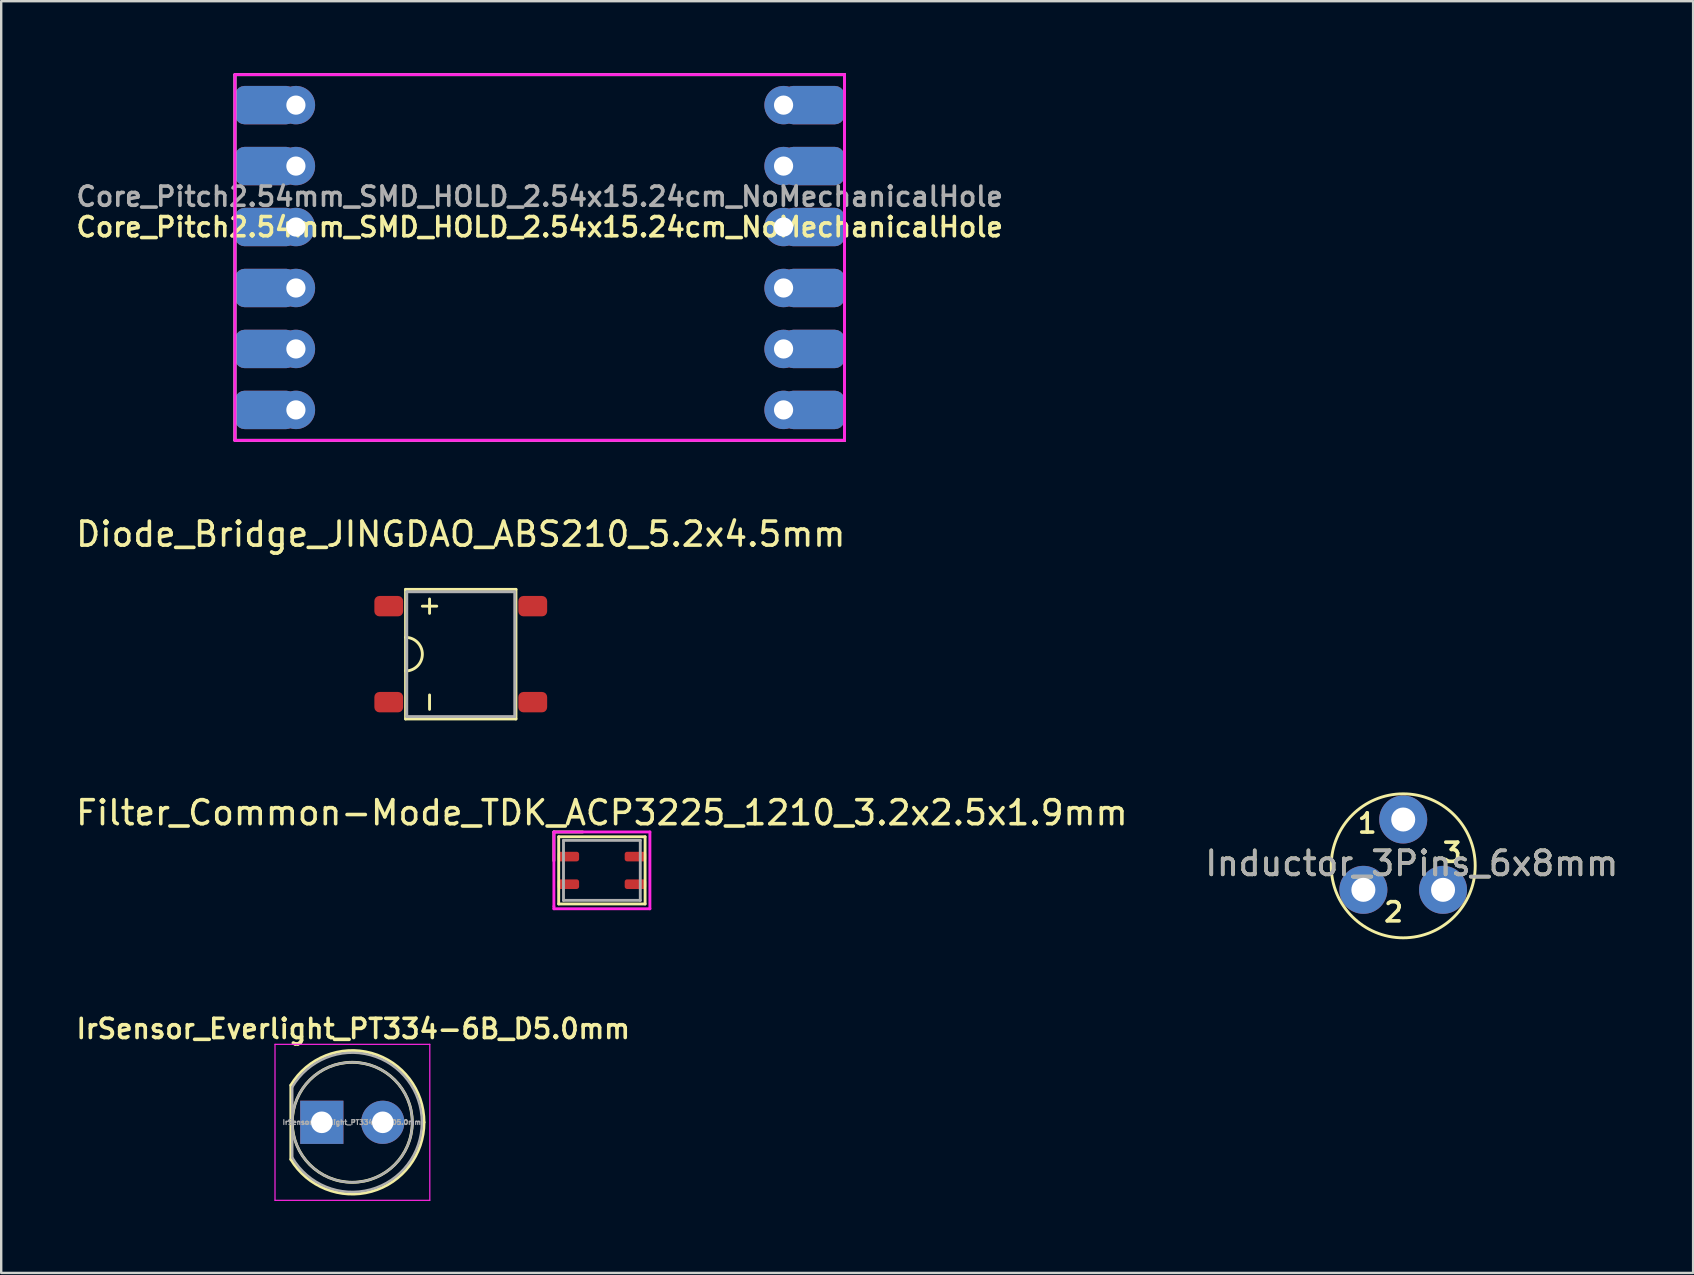
<source format=kicad_pcb>
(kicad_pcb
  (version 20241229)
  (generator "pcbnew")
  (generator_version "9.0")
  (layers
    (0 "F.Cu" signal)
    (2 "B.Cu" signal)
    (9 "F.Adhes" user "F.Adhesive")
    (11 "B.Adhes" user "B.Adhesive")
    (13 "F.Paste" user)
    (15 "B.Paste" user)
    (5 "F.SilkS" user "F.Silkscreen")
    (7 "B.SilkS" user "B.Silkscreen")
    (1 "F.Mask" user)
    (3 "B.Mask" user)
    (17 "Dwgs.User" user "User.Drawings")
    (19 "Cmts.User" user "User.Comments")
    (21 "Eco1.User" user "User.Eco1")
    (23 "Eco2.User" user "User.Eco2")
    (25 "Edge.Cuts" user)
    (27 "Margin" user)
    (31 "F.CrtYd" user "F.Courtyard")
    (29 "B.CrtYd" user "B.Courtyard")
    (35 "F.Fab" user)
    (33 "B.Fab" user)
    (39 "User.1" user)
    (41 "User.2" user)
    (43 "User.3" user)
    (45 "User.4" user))
  (footprint "Core_Pitch2.54mm_SMD_HOLD_2.54x15.24cm_NoMechanicalHole"
    (layer "F.Cu")
    (at 19.44 7.68)
    (property "Reference" "Core_Pitch2.54mm_SMD_HOLD_2.54x15.24cm_NoMechanicalHole" (at 0 -1.27 0) (layer "F.SilkS") (effects (font (size 0.8 0.8) (thickness 0.15))))
    (attr smd)
    (fp_line (start -12.7 -7.62) (end 12.7 -7.62) (stroke (width 0.12) (type solid)) (layer "F.SilkS"))
    (fp_line (start -12.7 7.62) (end -12.7 -7.62) (stroke (width 0.12) (type solid)) (layer "F.SilkS"))
    (fp_line (start 12.7 -7.62) (end 12.7 7.62) (stroke (width 0.12) (type solid)) (layer "F.SilkS"))
    (fp_line (start 12.7 7.62) (end -12.7 7.62) (stroke (width 0.12) (type solid)) (layer "F.SilkS"))
    (fp_line (start -12.7 -7.62) (end 12.7 -7.62) (stroke (width 0.12) (type solid)) (layer "F.CrtYd"))
    (fp_line (start -12.7 7.62) (end -12.7 -7.62) (stroke (width 0.12) (type solid)) (layer "F.CrtYd"))
    (fp_line (start 12.7 -7.62) (end 12.7 7.62) (stroke (width 0.12) (type solid)) (layer "F.CrtYd"))
    (fp_line (start 12.7 7.62) (end -12.7 7.62) (stroke (width 0.12) (type solid)) (layer "F.CrtYd"))
    (fp_line (start -12.7 -7.62) (end 12.7 -7.62) (stroke (width 0.12) (type solid)) (layer "F.Fab"))
    (fp_line (start -12.7 7.62) (end -12.7 -7.62) (stroke (width 0.12) (type solid)) (layer "F.Fab"))
    (fp_line (start 12.7 -7.62) (end 12.7 7.62) (stroke (width 0.12) (type solid)) (layer "F.Fab"))
    (fp_line (start 12.7 7.62) (end -12.7 7.62) (stroke (width 0.12) (type solid)) (layer "F.Fab"))
    (fp_text user "${REFERENCE}" (at 0 -2.54 0) (layer "F.Fab") (effects (font (size 0.8 0.8) (thickness 0.15))))
    (pad "1" smd roundrect (at -11.43 -6.35) (size 2.54 1.6) (layers "F.Cu" "F.Mask") (roundrect_rratio 0.25))
    (pad "1" smd roundrect (at -11.43 -6.35) (size 2.54 1.6) (layers "B.Cu" "B.Mask") (roundrect_rratio 0.25))
    (pad "1" thru_hole circle (at -10.16 -6.35) (size 1.6 1.6) (drill 0.8) (layers "*.Cu" "*.Mask"))
    (pad "2" smd roundrect (at -11.43 -3.81) (size 2.54 1.6) (layers "F.Cu" "F.Mask") (roundrect_rratio 0.25))
    (pad "2" smd roundrect (at -11.43 -3.81) (size 2.54 1.6) (layers "B.Cu" "B.Mask") (roundrect_rratio 0.25))
    (pad "2" thru_hole circle (at -10.16 -3.81) (size 1.6 1.6) (drill 0.8) (layers "*.Cu" "*.Mask"))
    (pad "3" smd roundrect (at -11.43 -1.27) (size 2.54 1.6) (layers "F.Cu" "F.Mask") (roundrect_rratio 0.25))
    (pad "3" smd roundrect (at -11.43 -1.27) (size 2.54 1.6) (layers "B.Cu" "B.Mask") (roundrect_rratio 0.25))
    (pad "3" thru_hole circle (at -10.16 -1.27) (size 1.6 1.6) (drill 0.8) (layers "*.Cu" "*.Mask"))
    (pad "4" smd roundrect (at -11.43 1.27) (size 2.54 1.6) (layers "F.Cu" "F.Mask") (roundrect_rratio 0.25))
    (pad "4" smd roundrect (at -11.43 1.27) (size 2.54 1.6) (layers "B.Cu" "B.Mask") (roundrect_rratio 0.25))
    (pad "4" thru_hole circle (at -10.16 1.27) (size 1.6 1.6) (drill 0.8) (layers "*.Cu" "*.Mask"))
    (pad "5" smd roundrect (at -11.43 3.81) (size 2.54 1.6) (layers "F.Cu" "F.Mask") (roundrect_rratio 0.25))
    (pad "5" smd roundrect (at -11.43 3.81) (size 2.54 1.6) (layers "B.Cu" "B.Mask") (roundrect_rratio 0.25))
    (pad "5" thru_hole circle (at -10.16 3.81) (size 1.6 1.6) (drill 0.8) (layers "*.Cu" "*.Mask"))
    (pad "6" smd roundrect (at -11.43 6.35) (size 2.54 1.6) (layers "F.Cu" "F.Mask") (roundrect_rratio 0.25))
    (pad "6" smd roundrect (at -11.43 6.35) (size 2.54 1.6) (layers "B.Cu" "B.Mask") (roundrect_rratio 0.25))
    (pad "6" thru_hole circle (at -10.16 6.35) (size 1.6 1.6) (drill 0.8) (layers "*.Cu" "*.Mask"))
    (pad "7" thru_hole circle (at 10.16 6.35) (size 1.6 1.6) (drill 0.8) (layers "*.Cu" "*.Mask"))
    (pad "7" smd roundrect (at 11.43 6.35) (size 2.54 1.6) (layers "F.Cu" "F.Mask") (roundrect_rratio 0.25))
    (pad "7" smd roundrect (at 11.43 6.35) (size 2.54 1.6) (layers "B.Cu" "B.Mask") (roundrect_rratio 0.25))
    (pad "8" thru_hole circle (at 10.16 3.81) (size 1.6 1.6) (drill 0.8) (layers "*.Cu" "*.Mask"))
    (pad "8" smd roundrect (at 11.43 3.81) (size 2.54 1.6) (layers "F.Cu" "F.Mask") (roundrect_rratio 0.25))
    (pad "8" smd roundrect (at 11.43 3.81) (size 2.54 1.6) (layers "B.Cu" "B.Mask") (roundrect_rratio 0.25))
    (pad "9" thru_hole circle (at 10.16 1.27) (size 1.6 1.6) (drill 0.8) (layers "*.Cu" "*.Mask"))
    (pad "9" smd roundrect (at 11.43 1.27) (size 2.54 1.6) (layers "F.Cu" "F.Mask") (roundrect_rratio 0.25))
    (pad "9" smd roundrect (at 11.43 1.27) (size 2.54 1.6) (layers "B.Cu" "B.Mask") (roundrect_rratio 0.25))
    (pad "10" thru_hole circle (at 10.16 -1.27) (size 1.6 1.6) (drill 0.8) (layers "*.Cu" "*.Mask"))
    (pad "10" smd roundrect (at 11.43 -1.27) (size 2.54 1.6) (layers "F.Cu" "F.Mask") (roundrect_rratio 0.25))
    (pad "10" smd roundrect (at 11.43 -1.27) (size 2.54 1.6) (layers "B.Cu" "B.Mask") (roundrect_rratio 0.25))
    (pad "11" thru_hole circle (at 10.16 -3.81) (size 1.6 1.6) (drill 0.8) (layers "*.Cu" "*.Mask"))
    (pad "11" smd roundrect (at 11.43 -3.81) (size 2.54 1.6) (layers "F.Cu" "F.Mask") (roundrect_rratio 0.25))
    (pad "11" smd roundrect (at 11.43 -3.81) (size 2.54 1.6) (layers "B.Cu" "B.Mask") (roundrect_rratio 0.25))
    (pad "12" thru_hole circle (at 10.16 -6.35) (size 1.6 1.6) (drill 0.8) (layers "*.Cu" "*.Mask"))
    (pad "12" smd roundrect (at 11.43 -6.35) (size 2.54 1.6) (layers "F.Cu" "F.Mask") (roundrect_rratio 0.25))
    (pad "12" smd roundrect (at 11.43 -6.35) (size 2.54 1.6) (layers "B.Cu" "B.Mask") (roundrect_rratio 0.25)))
  (footprint "IrSensor_Everlight_PT334-6B_D5.0mm"
    (layer "F.Cu")
    (at 11.659 43.715)
    (property "Reference" "IrSensor_Everlight_PT334-6B_D5.0mm" (at 0.01 -3.896 0) (layer "F.SilkS") (effects (font (size 0.8 0.8) (thickness 0.15))))
    (attr through_hole)
    (fp_line (start -2.59 -1.545) (end -2.59 1.545) (stroke (width 0.12) (type solid)) (layer "F.SilkS"))
    (fp_arc (start -2.59 -1.54483) (mid 0.772002 -2.880433) (end 2.96 0.000462) (stroke (width 0.12) (type solid)) (layer "F.SilkS"))
    (fp_arc (start 2.96 -0.000462) (mid 0.772002 2.880433) (end -2.59 1.54483) (stroke (width 0.12) (type solid)) (layer "F.SilkS"))
    (fp_circle (center -0.03 0) (end 2.47 0) (stroke (width 0.12) (type solid)) (fill no) (layer "F.SilkS"))
    (fp_line (start -3.25 -3.25) (end -3.25 3.25) (stroke (width 0.05) (type solid)) (layer "F.CrtYd"))
    (fp_line (start -3.25 3.25) (end 3.2 3.25) (stroke (width 0.05) (type solid)) (layer "F.CrtYd"))
    (fp_line (start 3.2 -3.25) (end -3.25 -3.25) (stroke (width 0.05) (type solid)) (layer "F.CrtYd"))
    (fp_line (start 3.2 3.25) (end 3.2 -3.25) (stroke (width 0.05) (type solid)) (layer "F.CrtYd"))
    (fp_line (start -2.53 -1.47) (end -2.53 1.47) (stroke (width 0.1) (type solid)) (layer "F.Fab"))
    (fp_arc (start -2.53 -1.469694) (mid 2.87 0.000016) (end -2.530016 1.469666) (stroke (width 0.1) (type solid)) (layer "F.Fab"))
    (fp_circle (center -0.03 0) (end 2.47 0) (stroke (width 0.1) (type solid)) (fill no) (layer "F.Fab"))
    (fp_text user "${REFERENCE}" (at -0.05 0 0) (layer "F.Fab") (effects (font (size 0.2 0.2) (thickness 0.05))))
    (pad "1" thru_hole circle (at 1.24 0) (size 1.8 1.8) (drill 0.9) (layers "*.Cu" "*.Mask"))
    (pad "2" thru_hole rect (at -1.3 0) (size 1.8 1.8) (drill 0.9) (layers "*.Cu" "*.Mask")))
  (footprint "Inductor_3Pins_6x8mm"
    (layer "F.Cu")
    (at 55.42 33.028)
    (property "Reference" "Inductor_3Pins_6x8mm" (at 0.36 -0.1 0) (layer "F.SilkS") (effects (font (size 1 1) (thickness 0.15))))
    (attr through_hole)
    (fp_circle (center 0 0) (end 3 0) (stroke (width 0.12) (type solid)) (fill no) (layer "F.SilkS"))
    (fp_text user "2" (at -0.4 1.93 0) (layer "F.SilkS") (effects (font (size 0.8 0.8) (thickness 0.15))))
    (fp_text user "3" (at 2.04 -0.55 0) (layer "F.SilkS") (effects (font (size 0.8 0.8) (thickness 0.15))))
    (fp_text user "1" (at -1.5 -1.77 0) (layer "F.SilkS") (effects (font (size 0.8 0.8) (thickness 0.15))))
    (fp_text user "${REFERENCE}" (at 0.36 -0.1 0) (layer "F.Fab") (effects (font (size 1 1) (thickness 0.15))))
    (pad "1" thru_hole circle (at 0 -1.93) (size 2 2) (drill 1) (layers "*.Cu" "*.Mask"))
    (pad "2" thru_hole circle (at -1.66 1) (size 2 2) (drill 1) (layers "*.Cu" "*.Mask"))
    (pad "3" thru_hole circle (at 1.66 1) (size 2 2) (drill 1) (layers "*.Cu" "*.Mask")))
  (footprint "Diode_Bridge_JINGDAO_ABS210_5.2x4.5mm"
    (layer "F.Cu")
    (at 16.149 24.208)
    (property "Reference" "Diode_Bridge_JINGDAO_ABS210_5.2x4.5mm" (at 0 -5 0) (layer "F.SilkS") (effects (font (size 1 1) (thickness 0.15))))
    (attr smd)
    (fp_line (start -2.3 -2.7) (end 2.3 -2.7) (stroke (width 0.12) (type solid)) (layer "F.SilkS"))
    (fp_line (start -2.3 2.7) (end -2.3 -2.7) (stroke (width 0.12) (type solid)) (layer "F.SilkS"))
    (fp_line (start -1.6 -2) (end -1 -2) (stroke (width 0.12) (type solid)) (layer "F.SilkS"))
    (fp_line (start -1.3 -2.3) (end -1.3 -1.7) (stroke (width 0.12) (type solid)) (layer "F.SilkS"))
    (fp_line (start -1.3 2.3) (end -1.3 1.7) (stroke (width 0.12) (type solid)) (layer "F.SilkS"))
    (fp_line (start 2.3 -2.7) (end 2.3 2.7) (stroke (width 0.12) (type solid)) (layer "F.SilkS"))
    (fp_line (start 2.3 2.7) (end -2.3 2.7) (stroke (width 0.12) (type solid)) (layer "F.SilkS"))
    (fp_arc (start -2.3 -0.7) (mid -1.6 0) (end -2.3 0.7) (stroke (width 0.12) (type solid)) (layer "F.SilkS"))
    (fp_line (start -2.25 -2.6) (end 2.25 -2.6) (stroke (width 0.12) (type solid)) (layer "F.Fab"))
    (fp_line (start -2.25 2.6) (end -2.25 -2.6) (stroke (width 0.12) (type solid)) (layer "F.Fab"))
    (fp_line (start 2.25 -2.6) (end 2.25 2.6) (stroke (width 0.12) (type solid)) (layer "F.Fab"))
    (fp_line (start 2.25 2.6) (end -2.25 2.6) (stroke (width 0.12) (type solid)) (layer "F.Fab"))
    (pad "1" smd roundrect (at 3 2) (size 1.2 0.85) (layers "F.Cu" "F.Mask" "F.Paste") (roundrect_rratio 0.25))
    (pad "2" smd roundrect (at 3 -2) (size 1.2 0.85) (layers "F.Cu" "F.Mask" "F.Paste") (roundrect_rratio 0.25))
    (pad "3" smd roundrect (at -3 -2) (size 1.2 0.85) (layers "F.Cu" "F.Mask" "F.Paste") (roundrect_rratio 0.25))
    (pad "4" smd roundrect (at -3 2 90) (size 0.85 1.2) (layers "F.Cu" "F.Mask" "F.Paste") (roundrect_rratio 0.25)))
  (footprint "Filter_Common-Mode_TDK_ACP3225_1210_3.2x2.5x1.9mm"
    (layer "F.Cu")
    (at 22.03 33.217)
    (property "Reference" "Filter_Common-Mode_TDK_ACP3225_1210_3.2x2.5x1.9mm" (at 0 -2.4 0) (layer "F.SilkS") (effects (font (size 1 1) (thickness 0.15))))
    (attr smd)
    (fp_line (start -2 -1.6) (end -0.8 -1.6) (stroke (width 0.12) (type solid)) (layer "F.SilkS"))
    (fp_line (start -2 -0.4) (end -2 -1.6) (stroke (width 0.12) (type solid)) (layer "F.SilkS"))
    (fp_line (start -1.8 -1.4) (end 1.8 -1.4) (stroke (width 0.12) (type solid)) (layer "F.SilkS"))
    (fp_line (start -1.8 1.4) (end -1.8 -1.4) (stroke (width 0.12) (type solid)) (layer "F.SilkS"))
    (fp_line (start 1.8 -1.4) (end 1.8 1.4) (stroke (width 0.12) (type solid)) (layer "F.SilkS"))
    (fp_line (start 1.8 1.4) (end -1.8 1.4) (stroke (width 0.12) (type solid)) (layer "F.SilkS"))
    (fp_line (start -2 -1.6) (end 2 -1.6) (stroke (width 0.12) (type solid)) (layer "F.CrtYd"))
    (fp_line (start -2 1.5) (end -2 -1.6) (stroke (width 0.12) (type solid)) (layer "F.CrtYd"))
    (fp_line (start -2 1.6) (end -2 1.5) (stroke (width 0.12) (type solid)) (layer "F.CrtYd"))
    (fp_line (start 2 -1.6) (end 2 1.6) (stroke (width 0.12) (type solid)) (layer "F.CrtYd"))
    (fp_line (start 2 1.6) (end -2 1.6) (stroke (width 0.12) (type solid)) (layer "F.CrtYd"))
    (fp_line (start -1.6 -1.25) (end 1.6 -1.25) (stroke (width 0.12) (type solid)) (layer "F.Fab"))
    (fp_line (start -1.6 1.25) (end -1.6 -1.25) (stroke (width 0.12) (type solid)) (layer "F.Fab"))
    (fp_line (start 1.6 -1.25) (end 1.6 1.25) (stroke (width 0.12) (type solid)) (layer "F.Fab"))
    (fp_line (start 1.6 1.25) (end -1.6 1.25) (stroke (width 0.12) (type solid)) (layer "F.Fab"))
    (pad "1" smd roundrect (at -1.4 -0.575 90) (size 0.4 0.9) (layers "F.Cu" "F.Mask" "F.Paste") (roundrect_rratio 0.25))
    (pad "2" smd roundrect (at -1.4 0.575 90) (size 0.4 0.9) (layers "F.Cu" "F.Mask" "F.Paste") (roundrect_rratio 0.25))
    (pad "3" smd roundrect (at 1.4 0.575 90) (size 0.4 0.9) (layers "F.Cu" "F.Mask" "F.Paste") (roundrect_rratio 0.25))
    (pad "4" smd roundrect (at 1.4 -0.575 90) (size 0.4 0.9) (layers "F.Cu" "F.Mask" "F.Paste") (roundrect_rratio 0.25)))
  (gr_rect
    (start -3 -3)
    (end 67.5 49.99)
    (stroke (width 0.1) (type default))
    (fill no)
    (layer "Edge.Cuts")))
</source>
